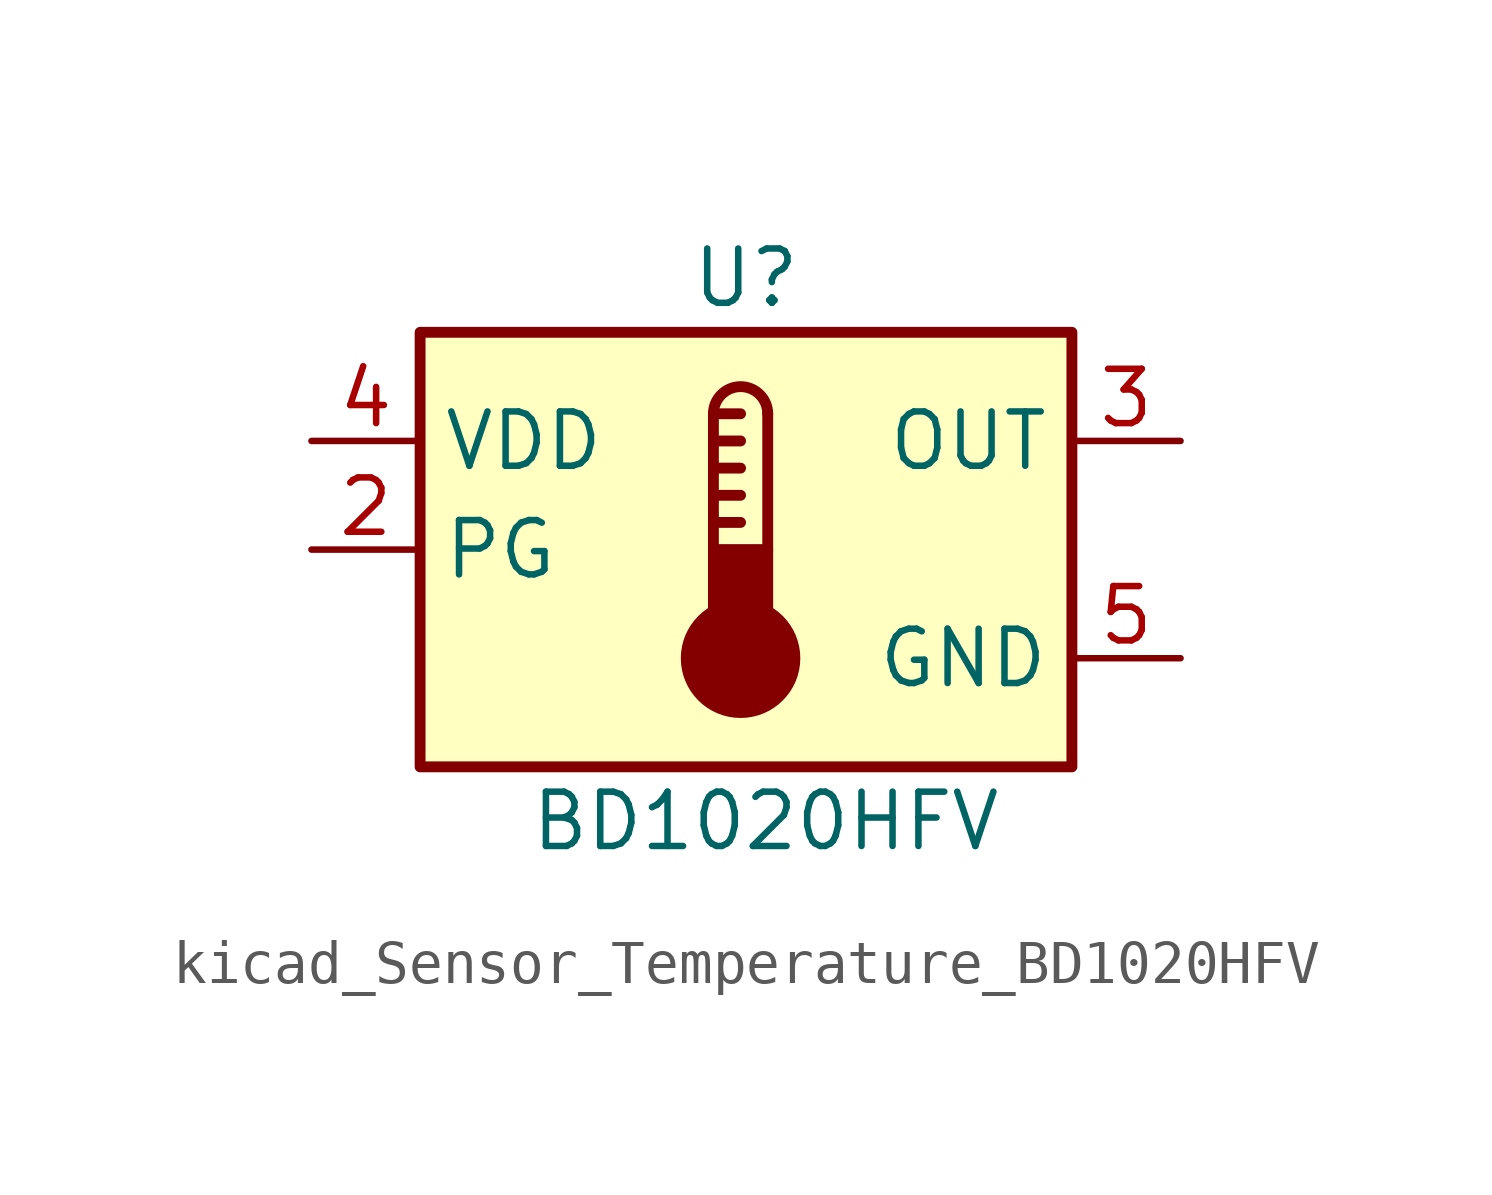
<source format=kicad_sym>
(kicad_symbol_lib
  (version 20220914)
  (generator kicad_symbol_editor)
  (symbol "kicad_Sensor_Temperature_BD1020HFV"
    (property "Reference" "U"
      (at 0 6.35 0)
      (effects (font (size 1.27 1.27))))
    (property "Value" "BD1020HFV"
      (at -5.08 -6.35 0)
      (effects (font (size 1.27 1.27)) (justify left)))
    (symbol "kicad_Sensor_Temperature_BD1020HFV_0_1"
      (rectangle (start -7.62 5.08) (end 7.62 -5.08) (stroke (width 0.254) (type default)) (fill (type background)))
      (circle (center -0.127 -2.54) (radius 1.27) (stroke (width 0.254) (type default)) (fill (type outline)))
      (polyline (pts (xy -0.762 0.635) (xy -0.127 0.635)) (stroke (width 0.254) (type default)) (fill (type none)))
      (polyline (pts (xy -0.762 1.27) (xy -0.127 1.27)) (stroke (width 0.254) (type default)) (fill (type none)))
      (polyline (pts (xy -0.762 1.905) (xy -0.127 1.905)) (stroke (width 0.254) (type default)) (fill (type none)))
      (polyline (pts (xy -0.762 2.54) (xy -0.127 2.54)) (stroke (width 0.254) (type default)) (fill (type none)))
      (polyline (pts (xy -0.762 3.175) (xy -0.762 0)) (stroke (width 0.254) (type default)) (fill (type none)))
      (polyline (pts (xy -0.762 3.175) (xy -0.127 3.175)) (stroke (width 0.254) (type default)) (fill (type none)))
      (polyline (pts (xy 0.508 3.175) (xy 0.508 0)) (stroke (width 0.254) (type default)) (fill (type none)))
      (rectangle (start 0.508 -1.905) (end -0.762 0) (stroke (width 0.254) (type default)) (fill (type outline)))
      (arc (start 0.508 3.175) (mid -0.127 3.8073) (end -0.762 3.175) (stroke (width 0.254) (type default)) (fill (type none))))
    (symbol "kicad_Sensor_Temperature_BD1020HFV_1_1"
      (pin no_connect line (at -7.62 -2.54 0) (length 2.54) hide (name "NC" (effects (font (size 1.27 1.27)))) (number "1" (effects (font (size 1.27 1.27)))))
      (pin passive line (at -10.16 0 0) (length 2.54) (name "PG" (effects (font (size 1.27 1.27)))) (number "2" (effects (font (size 1.27 1.27)))))
      (pin output line (at 10.16 2.54 180) (length 2.54) (name "OUT" (effects (font (size 1.27 1.27)))) (number "3" (effects (font (size 1.27 1.27)))))
      (pin power_in line (at -10.16 2.54 0) (length 2.54) (name "VDD" (effects (font (size 1.27 1.27)))) (number "4" (effects (font (size 1.27 1.27)))))
      (pin power_in line (at 10.16 -2.54 180) (length 2.54) (name "GND" (effects (font (size 1.27 1.27)))) (number "5" (effects (font (size 1.27 1.27))))))))
</source>
